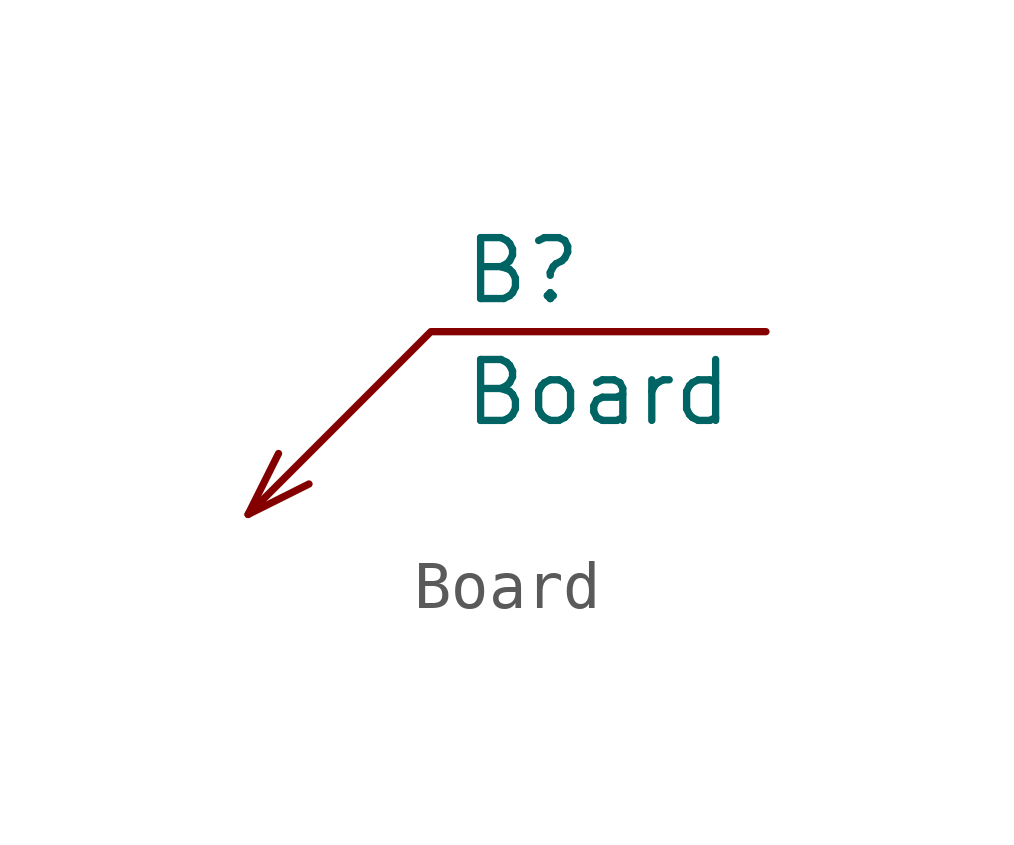
<source format=kicad_sym>
(kicad_symbol_lib
  (version 20211014)
  (generator kicad_symbol_editor)
  (symbol "Board"
    (property "Reference" "B"
      (at 4.445 5.08 0)
      (effects (font (size 1.27 1.27)) (justify left)))
    (property "Value" "Board"
      (at 4.445 2.54 0)
      (effects (font (size 1.27 1.27)) (justify left)))
    (symbol "Board_0_1"
      (polyline (pts (xy 0 0) (xy 3.81 3.81) (xy 10.795 3.81)) (stroke (width 0.152) (type default) (color 0 0 0 0)) (fill (type none)))
      (polyline (pts (xy 0.635 1.27) (xy 0 0) (xy 1.27 0.635)) (stroke (width 0.152) (type default) (color 0 0 0 0)) (fill (type none))))))
</source>
